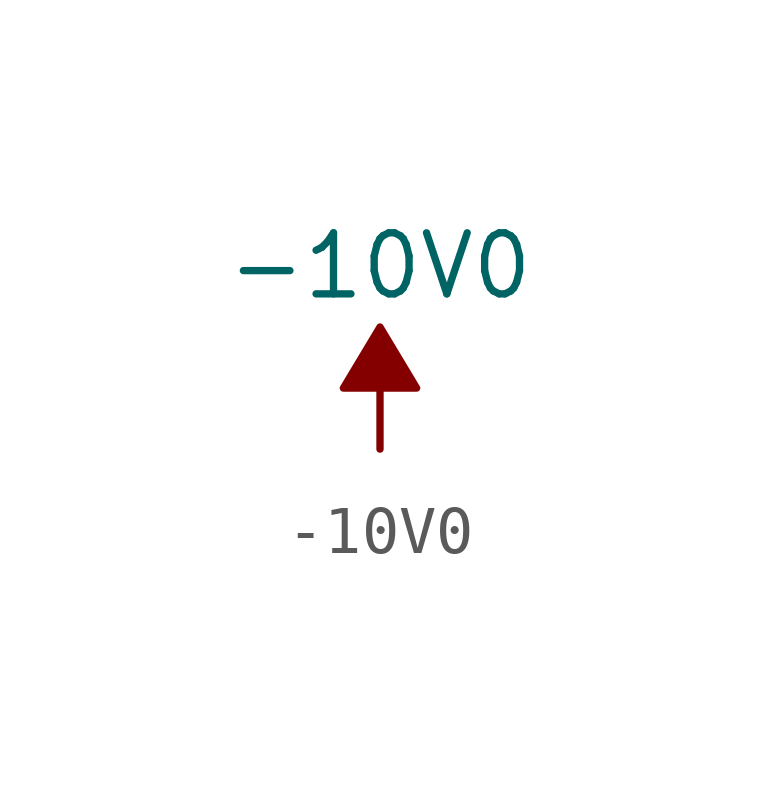
<source format=kicad_sym>
(kicad_symbol_lib
  (version 20211014)
  (generator kicad_symbol_editor)
  (symbol "-10V0"
    (power)
    (pin_names
      (offset 0))
    (property "Reference" "#PWR"
      (at 0 2.54 0)
      (effects (font (size 1.27 1.27)) hide))
    (property "Value" "-10V0"
      (at 0 3.81 0)
      (effects (font (size 1.27 1.27))))
    (symbol "-10V0_0_0"
      (pin power_in line (at 0 0 90) (length 0) hide (name "-10V" (effects (font (size 1.27 1.27)))) (number "1" (effects (font (size 1.27 1.27))))))
    (symbol "-10V0_0_1"
      (polyline (pts (xy 0 0) (xy 0 1.27) (xy 0.762 1.27) (xy 0 2.54) (xy -0.762 1.27) (xy 0 1.27)) (stroke (width 0) (type default) (color 0 0 0 0)) (fill (type outline))))))
</source>
